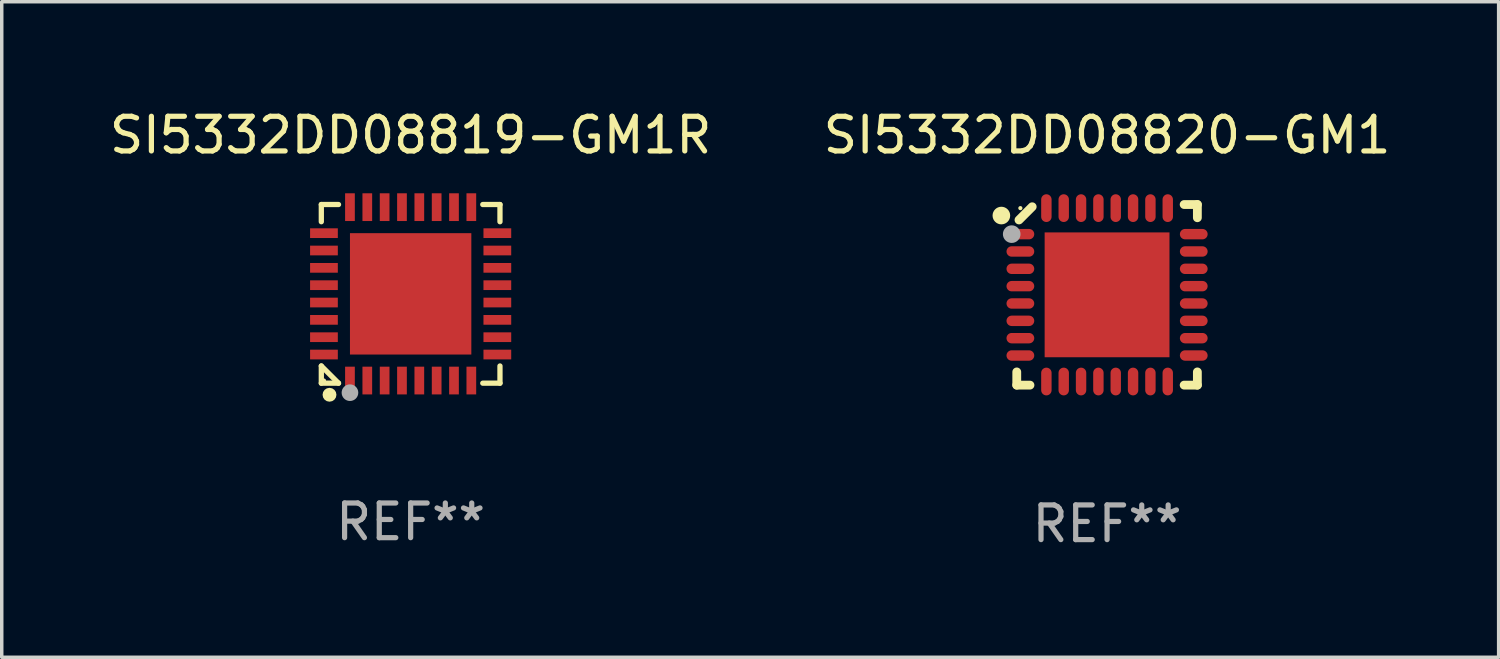
<source format=kicad_pcb>
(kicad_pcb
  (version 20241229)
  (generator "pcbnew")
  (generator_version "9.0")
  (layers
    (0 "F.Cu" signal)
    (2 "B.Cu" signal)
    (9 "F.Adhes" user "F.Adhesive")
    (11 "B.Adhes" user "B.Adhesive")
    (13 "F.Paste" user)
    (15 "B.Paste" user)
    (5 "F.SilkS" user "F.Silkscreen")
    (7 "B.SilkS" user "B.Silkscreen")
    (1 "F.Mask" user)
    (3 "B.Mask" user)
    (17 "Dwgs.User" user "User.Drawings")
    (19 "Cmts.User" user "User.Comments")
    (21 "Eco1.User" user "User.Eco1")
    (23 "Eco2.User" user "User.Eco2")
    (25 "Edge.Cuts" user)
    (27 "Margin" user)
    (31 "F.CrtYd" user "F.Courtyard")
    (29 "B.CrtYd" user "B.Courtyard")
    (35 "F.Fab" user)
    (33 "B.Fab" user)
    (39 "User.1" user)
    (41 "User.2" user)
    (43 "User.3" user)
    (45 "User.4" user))
  (footprint "SI5332DD08820-GM1"
    (layer "F.Cu")
    (at 28.875 5.452)
    (property "Reference" "SI5332DD08820-GM1" (at 0 -4.604 0) (layer "F.SilkS") (effects (font (size 1 1) (thickness 0.15))))
    (attr through_hole)
    (fp_line (start -2.604 2.223) (end -2.604 2.604) (stroke (width 0.254) (type solid)) (layer "F.SilkS"))
    (fp_line (start -2.604 2.604) (end -2.223 2.604) (stroke (width 0.254) (type solid)) (layer "F.SilkS"))
    (fp_line (start -2.159 -2.54) (end -2.54 -2.159) (stroke (width 0.254) (type solid)) (layer "F.SilkS"))
    (fp_line (start 2.223 2.604) (end 2.604 2.604) (stroke (width 0.254) (type solid)) (layer "F.SilkS"))
    (fp_line (start 2.604 -2.604) (end 2.223 -2.604) (stroke (width 0.254) (type solid)) (layer "F.SilkS"))
    (fp_line (start 2.604 -2.223) (end 2.604 -2.604) (stroke (width 0.254) (type solid)) (layer "F.SilkS"))
    (fp_line (start 2.604 2.604) (end 2.604 2.223) (stroke (width 0.254) (type solid)) (layer "F.SilkS"))
    (fp_circle (center -3.048 -2.286) (end -2.921 -2.286) (stroke (width 0.254) (type solid)) (fill no) (layer "F.SilkS"))
    (fp_circle (center -2.5 -2.5) (end -2.47 -2.5) (stroke (width 0.06) (type solid)) (fill no) (layer "F.SilkS"))
    (fp_circle (center -2.75 -1.75) (end -2.623 -1.75) (stroke (width 0.254) (type solid)) (fill no) (layer "F.Fab"))
    (fp_text user "REF**" (at 0 6.604 0) (layer "F.Fab") (effects (font (size 1 1) (thickness 0.15))))
    (pad "1" smd oval (at -2.5 -1.75) (size 0.8 0.3) (layers "F.Cu" "F.Mask" "F.Paste"))
    (pad "2" smd oval (at -2.5 -1.25) (size 0.8 0.3) (layers "F.Cu" "F.Mask" "F.Paste"))
    (pad "3" smd oval (at -2.5 -0.75) (size 0.8 0.3) (layers "F.Cu" "F.Mask" "F.Paste"))
    (pad "4" smd oval (at -2.5 -0.25) (size 0.8 0.3) (layers "F.Cu" "F.Mask" "F.Paste"))
    (pad "5" smd oval (at -2.5 0.25) (size 0.8 0.3) (layers "F.Cu" "F.Mask" "F.Paste"))
    (pad "6" smd oval (at -2.5 0.75) (size 0.8 0.3) (layers "F.Cu" "F.Mask" "F.Paste"))
    (pad "7" smd oval (at -2.5 1.25) (size 0.8 0.3) (layers "F.Cu" "F.Mask" "F.Paste"))
    (pad "8" smd oval (at -2.5 1.75) (size 0.8 0.3) (layers "F.Cu" "F.Mask" "F.Paste"))
    (pad "9" smd oval (at -1.75 2.5) (size 0.3 0.8) (layers "F.Cu" "F.Mask" "F.Paste"))
    (pad "10" smd oval (at -1.25 2.5) (size 0.3 0.8) (layers "F.Cu" "F.Mask" "F.Paste"))
    (pad "11" smd oval (at -0.75 2.5) (size 0.3 0.8) (layers "F.Cu" "F.Mask" "F.Paste"))
    (pad "12" smd oval (at -0.25 2.5) (size 0.3 0.8) (layers "F.Cu" "F.Mask" "F.Paste"))
    (pad "13" smd oval (at 0.25 2.5) (size 0.3 0.8) (layers "F.Cu" "F.Mask" "F.Paste"))
    (pad "14" smd oval (at 0.75 2.5) (size 0.3 0.8) (layers "F.Cu" "F.Mask" "F.Paste"))
    (pad "15" smd oval (at 1.25 2.5) (size 0.3 0.8) (layers "F.Cu" "F.Mask" "F.Paste"))
    (pad "16" smd oval (at 1.75 2.5) (size 0.3 0.8) (layers "F.Cu" "F.Mask" "F.Paste"))
    (pad "17" smd oval (at 2.5 1.75) (size 0.8 0.3) (layers "F.Cu" "F.Mask" "F.Paste"))
    (pad "18" smd oval (at 2.5 1.25) (size 0.8 0.3) (layers "F.Cu" "F.Mask" "F.Paste"))
    (pad "19" smd oval (at 2.5 0.75) (size 0.8 0.3) (layers "F.Cu" "F.Mask" "F.Paste"))
    (pad "20" smd oval (at 2.5 0.25) (size 0.8 0.3) (layers "F.Cu" "F.Mask" "F.Paste"))
    (pad "21" smd oval (at 2.5 -0.25) (size 0.8 0.3) (layers "F.Cu" "F.Mask" "F.Paste"))
    (pad "22" smd oval (at 2.5 -0.75) (size 0.8 0.3) (layers "F.Cu" "F.Mask" "F.Paste"))
    (pad "23" smd oval (at 2.5 -1.25) (size 0.8 0.3) (layers "F.Cu" "F.Mask" "F.Paste"))
    (pad "24" smd oval (at 2.5 -1.75) (size 0.8 0.3) (layers "F.Cu" "F.Mask" "F.Paste"))
    (pad "25" smd oval (at 1.75 -2.5) (size 0.3 0.8) (layers "F.Cu" "F.Mask" "F.Paste"))
    (pad "26" smd oval (at 1.25 -2.5) (size 0.3 0.8) (layers "F.Cu" "F.Mask" "F.Paste"))
    (pad "27" smd oval (at 0.75 -2.5) (size 0.3 0.8) (layers "F.Cu" "F.Mask" "F.Paste"))
    (pad "28" smd oval (at 0.25 -2.5) (size 0.3 0.8) (layers "F.Cu" "F.Mask" "F.Paste"))
    (pad "29" smd oval (at -0.25 -2.5) (size 0.3 0.8) (layers "F.Cu" "F.Mask" "F.Paste"))
    (pad "30" smd oval (at -0.75 -2.5) (size 0.3 0.8) (layers "F.Cu" "F.Mask" "F.Paste"))
    (pad "31" smd oval (at -1.25 -2.5) (size 0.3 0.8) (layers "F.Cu" "F.Mask" "F.Paste"))
    (pad "32" smd oval (at -1.75 -2.5) (size 0.3 0.8) (layers "F.Cu" "F.Mask" "F.Paste"))
    (pad "33" smd rect (at -0.000076 0) (size 3.6 3.6) (layers "F.Cu" "F.Mask" "F.Paste")))
  (footprint "SI5332DD08819-GM1R"
    (layer "F.Cu")
    (at 8.792 5.424)
    (property "Reference" "SI5332DD08819-GM1R" (at 0 -4.576 0) (layer "F.SilkS") (effects (font (size 1 1) (thickness 0.15))))
    (attr through_hole)
    (fp_line (start -2.576 -2.576) (end -2.08 -2.576) (stroke (width 0.152) (type solid)) (layer "F.SilkS"))
    (fp_line (start -2.576 -2.08) (end -2.576 -2.576) (stroke (width 0.152) (type solid)) (layer "F.SilkS"))
    (fp_line (start -2.576 2.08) (end -2.576 2.576) (stroke (width 0.152) (type solid)) (layer "F.SilkS"))
    (fp_line (start -2.576 2.08) (end -2.08 2.576) (stroke (width 0.152) (type solid)) (layer "F.SilkS"))
    (fp_line (start -2.576 2.576) (end -2.08 2.576) (stroke (width 0.152) (type solid)) (layer "F.SilkS"))
    (fp_line (start 2.576 -2.576) (end 2.08 -2.576) (stroke (width 0.152) (type solid)) (layer "F.SilkS"))
    (fp_line (start 2.576 -2.08) (end 2.576 -2.576) (stroke (width 0.152) (type solid)) (layer "F.SilkS"))
    (fp_line (start 2.576 2.08) (end 2.576 2.576) (stroke (width 0.152) (type solid)) (layer "F.SilkS"))
    (fp_line (start 2.576 2.576) (end 2.08 2.576) (stroke (width 0.152) (type solid)) (layer "F.SilkS"))
    (fp_circle (center -2.5 2.5) (end -2.47 2.5) (stroke (width 0.06) (type solid)) (fill no) (layer "F.SilkS"))
    (fp_circle (center -2.34 2.91) (end -2.24 2.91) (stroke (width 0.2) (type solid)) (fill no) (layer "F.SilkS"))
    (fp_circle (center -1.75 2.85) (end -1.63 2.85) (stroke (width 0.24) (type solid)) (fill no) (layer "F.Fab"))
    (fp_text user "REF**" (at 0 6.576 0) (layer "F.Fab") (effects (font (size 1 1) (thickness 0.15))))
    (pad "1" smd rect (at -1.75 2.5) (size 0.28 0.8) (layers "F.Cu" "F.Mask" "F.Paste"))
    (pad "2" smd rect (at -1.25 2.5) (size 0.28 0.8) (layers "F.Cu" "F.Mask" "F.Paste"))
    (pad "3" smd rect (at -0.75 2.5) (size 0.28 0.8) (layers "F.Cu" "F.Mask" "F.Paste"))
    (pad "4" smd rect (at -0.25 2.5) (size 0.28 0.8) (layers "F.Cu" "F.Mask" "F.Paste"))
    (pad "5" smd rect (at 0.25 2.5) (size 0.28 0.8) (layers "F.Cu" "F.Mask" "F.Paste"))
    (pad "6" smd rect (at 0.75 2.5) (size 0.28 0.8) (layers "F.Cu" "F.Mask" "F.Paste"))
    (pad "7" smd rect (at 1.25 2.5) (size 0.28 0.8) (layers "F.Cu" "F.Mask" "F.Paste"))
    (pad "8" smd rect (at 1.75 2.5) (size 0.28 0.8) (layers "F.Cu" "F.Mask" "F.Paste"))
    (pad "9" smd rect (at 2.5 1.75) (size 0.8 0.28) (layers "F.Cu" "F.Mask" "F.Paste"))
    (pad "10" smd rect (at 2.5 1.25) (size 0.8 0.28) (layers "F.Cu" "F.Mask" "F.Paste"))
    (pad "11" smd rect (at 2.5 0.75) (size 0.8 0.28) (layers "F.Cu" "F.Mask" "F.Paste"))
    (pad "12" smd rect (at 2.5 0.25) (size 0.8 0.28) (layers "F.Cu" "F.Mask" "F.Paste"))
    (pad "13" smd rect (at 2.5 -0.25) (size 0.8 0.28) (layers "F.Cu" "F.Mask" "F.Paste"))
    (pad "14" smd rect (at 2.5 -0.75) (size 0.8 0.28) (layers "F.Cu" "F.Mask" "F.Paste"))
    (pad "15" smd rect (at 2.5 -1.25) (size 0.8 0.28) (layers "F.Cu" "F.Mask" "F.Paste"))
    (pad "16" smd rect (at 2.5 -1.75) (size 0.8 0.28) (layers "F.Cu" "F.Mask" "F.Paste"))
    (pad "17" smd rect (at 1.75 -2.5) (size 0.28 0.8) (layers "F.Cu" "F.Mask" "F.Paste"))
    (pad "18" smd rect (at 1.25 -2.5) (size 0.28 0.8) (layers "F.Cu" "F.Mask" "F.Paste"))
    (pad "19" smd rect (at 0.75 -2.5) (size 0.28 0.8) (layers "F.Cu" "F.Mask" "F.Paste"))
    (pad "20" smd rect (at 0.25 -2.5) (size 0.28 0.8) (layers "F.Cu" "F.Mask" "F.Paste"))
    (pad "21" smd rect (at -0.25 -2.5) (size 0.28 0.8) (layers "F.Cu" "F.Mask" "F.Paste"))
    (pad "22" smd rect (at -0.75 -2.5) (size 0.28 0.8) (layers "F.Cu" "F.Mask" "F.Paste"))
    (pad "23" smd rect (at -1.25 -2.5) (size 0.28 0.8) (layers "F.Cu" "F.Mask" "F.Paste"))
    (pad "24" smd rect (at -1.75 -2.5) (size 0.28 0.8) (layers "F.Cu" "F.Mask" "F.Paste"))
    (pad "25" smd rect (at -2.5 -1.75) (size 0.8 0.28) (layers "F.Cu" "F.Mask" "F.Paste"))
    (pad "26" smd rect (at -2.5 -1.25) (size 0.8 0.28) (layers "F.Cu" "F.Mask" "F.Paste"))
    (pad "27" smd rect (at -2.5 -0.75) (size 0.8 0.28) (layers "F.Cu" "F.Mask" "F.Paste"))
    (pad "28" smd rect (at -2.5 -0.25) (size 0.8 0.28) (layers "F.Cu" "F.Mask" "F.Paste"))
    (pad "29" smd rect (at -2.5 0.25) (size 0.8 0.28) (layers "F.Cu" "F.Mask" "F.Paste"))
    (pad "30" smd rect (at -2.5 0.75) (size 0.8 0.28) (layers "F.Cu" "F.Mask" "F.Paste"))
    (pad "31" smd rect (at -2.5 1.25) (size 0.8 0.28) (layers "F.Cu" "F.Mask" "F.Paste"))
    (pad "32" smd rect (at -2.5 1.75) (size 0.8 0.28) (layers "F.Cu" "F.Mask" "F.Paste"))
    (pad "33" smd rect (at 0 0) (size 3.5 3.5) (layers "F.Cu" "F.Mask" "F.Paste")))
  (gr_rect
    (start -3 -3)
    (end 40.167 15.904)
    (stroke (width 0.1) (type default))
    (fill no)
    (layer "Edge.Cuts")))
</source>
